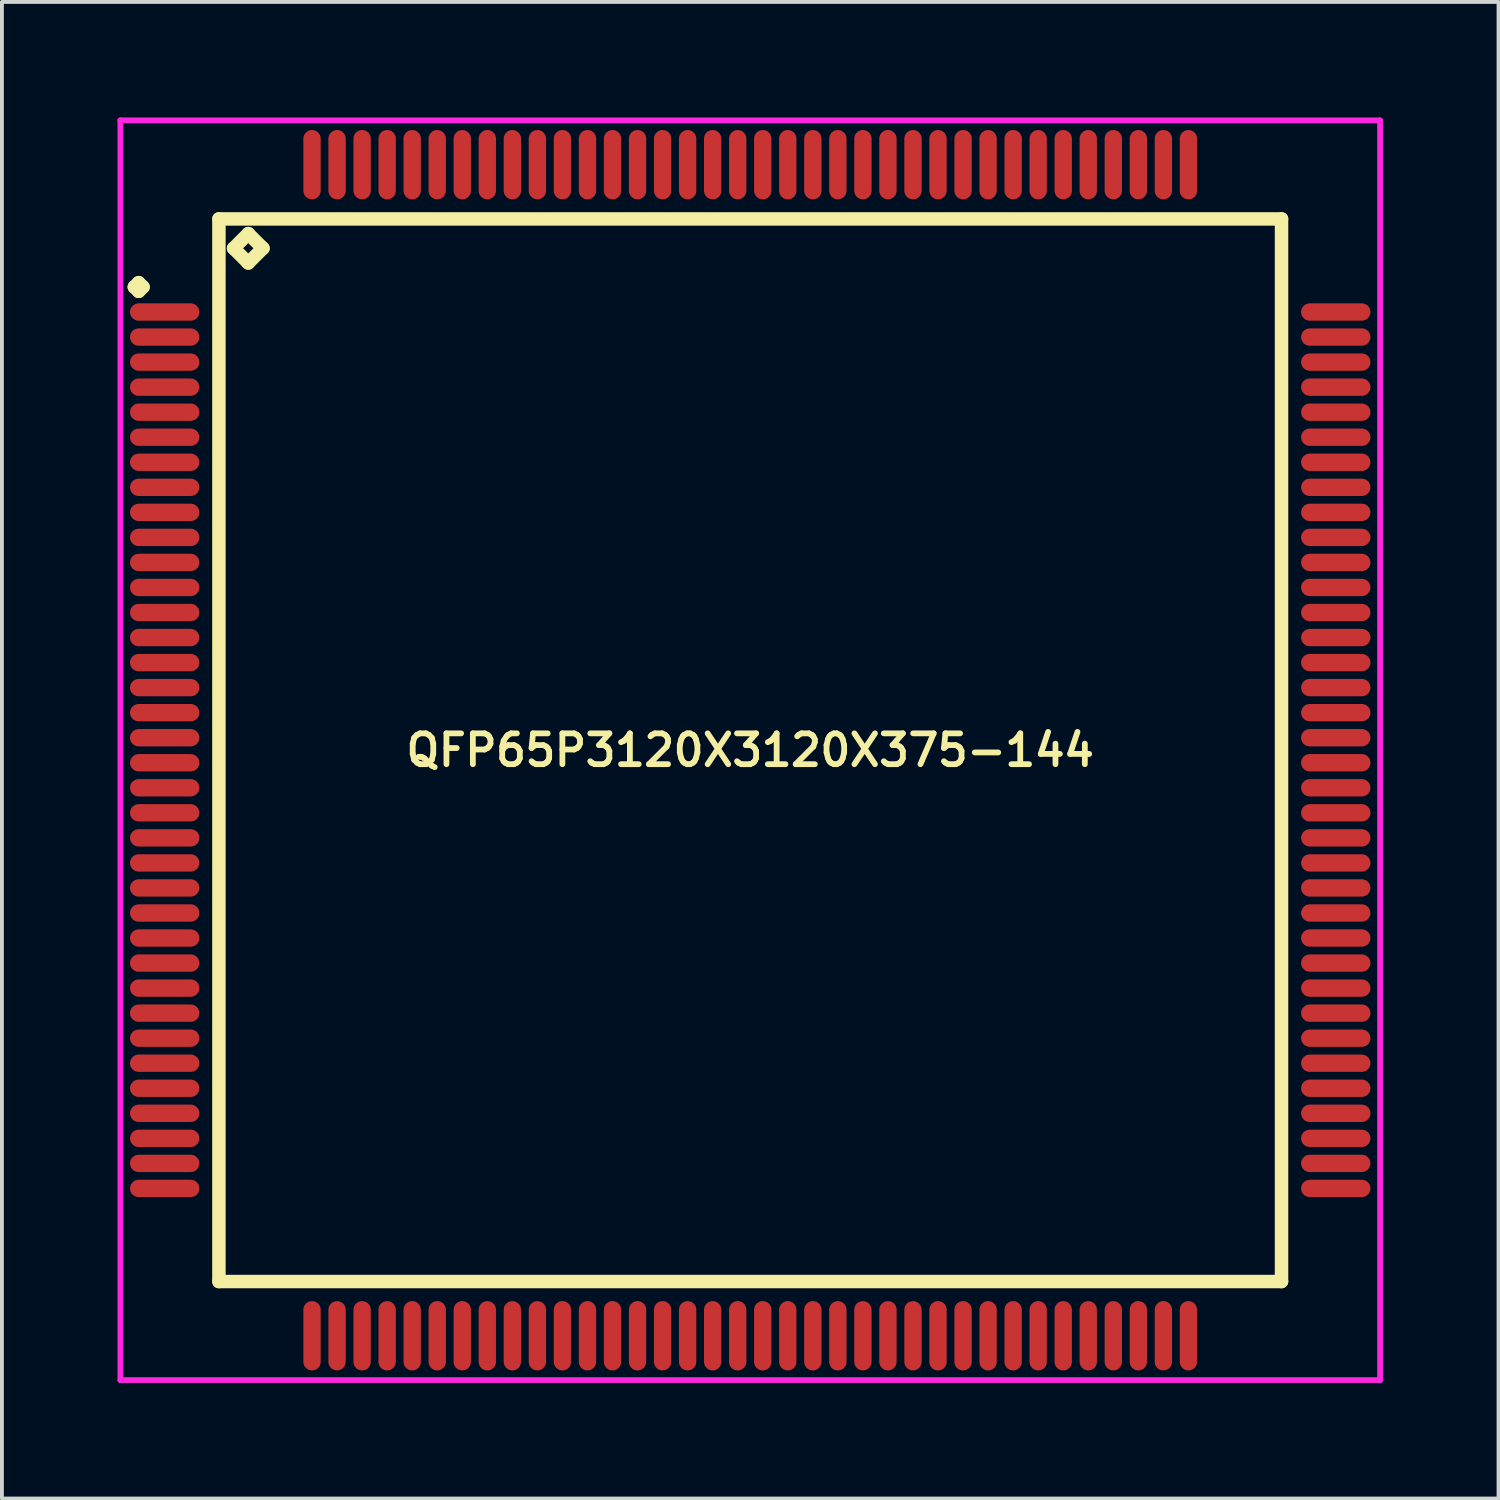
<source format=kicad_pcb>
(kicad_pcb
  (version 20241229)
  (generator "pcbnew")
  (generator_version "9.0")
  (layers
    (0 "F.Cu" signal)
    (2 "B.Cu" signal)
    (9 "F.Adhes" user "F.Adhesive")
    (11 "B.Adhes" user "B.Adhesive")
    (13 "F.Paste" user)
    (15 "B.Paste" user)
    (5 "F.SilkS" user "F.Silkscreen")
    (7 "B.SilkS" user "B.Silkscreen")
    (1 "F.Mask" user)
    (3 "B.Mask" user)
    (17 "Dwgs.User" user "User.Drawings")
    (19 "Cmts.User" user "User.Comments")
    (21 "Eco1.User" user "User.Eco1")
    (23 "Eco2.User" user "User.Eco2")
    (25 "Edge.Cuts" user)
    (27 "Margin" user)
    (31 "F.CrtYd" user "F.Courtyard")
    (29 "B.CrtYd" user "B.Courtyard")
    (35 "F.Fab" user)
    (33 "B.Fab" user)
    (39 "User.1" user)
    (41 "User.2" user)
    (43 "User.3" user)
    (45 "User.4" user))
  (footprint "QFP65P3120X3120X375-144"
    (layer "F.Cu")
    (at 16.425 16.425)
    (property "Reference" "QFP65P3120X3120X375-144" (at 0 0 0) (layer "F.SilkS") (effects (font (size 0.8 0.8) (thickness 0.15))))
    (attr smd)
    (fp_line (start -15.988 -12.025) (end -15.875 -12.137) (stroke (width 0.35) (type solid)) (layer "F.SilkS"))
    (fp_line (start -15.875 -12.137) (end -15.762 -12.025) (stroke (width 0.35) (type solid)) (layer "F.SilkS"))
    (fp_line (start -15.875 -11.912) (end -15.988 -12.025) (stroke (width 0.35) (type solid)) (layer "F.SilkS"))
    (fp_line (start -15.762 -12.025) (end -15.875 -11.912) (stroke (width 0.35) (type solid)) (layer "F.SilkS"))
    (fp_line (start -13.792 -13.792) (end -13.792 13.792) (stroke (width 0.35) (type solid)) (layer "F.SilkS"))
    (fp_line (start -13.792 13.792) (end 13.792 13.792) (stroke (width 0.35) (type solid)) (layer "F.SilkS"))
    (fp_line (start -13.411 -13.03) (end -13.03 -13.411) (stroke (width 0.35) (type solid)) (layer "F.SilkS"))
    (fp_line (start -13.03 -13.411) (end -12.649 -13.03) (stroke (width 0.35) (type solid)) (layer "F.SilkS"))
    (fp_line (start -13.03 -12.649) (end -13.411 -13.03) (stroke (width 0.35) (type solid)) (layer "F.SilkS"))
    (fp_line (start -12.649 -13.03) (end -13.03 -12.649) (stroke (width 0.35) (type solid)) (layer "F.SilkS"))
    (fp_line (start 13.792 -13.792) (end -13.792 -13.792) (stroke (width 0.35) (type solid)) (layer "F.SilkS"))
    (fp_line (start 13.792 13.792) (end 13.792 -13.792) (stroke (width 0.35) (type solid)) (layer "F.SilkS"))
    (fp_line (start -16.35 -16.35) (end 16.35 -16.35) (stroke (width 0.15) (type solid)) (layer "F.CrtYd"))
    (fp_line (start -16.35 16.35) (end -16.35 -16.35) (stroke (width 0.15) (type solid)) (layer "F.CrtYd"))
    (fp_line (start 16.35 -16.35) (end 16.35 16.35) (stroke (width 0.15) (type solid)) (layer "F.CrtYd"))
    (fp_line (start 16.35 16.35) (end -16.35 16.35) (stroke (width 0.15) (type solid)) (layer "F.CrtYd"))
    (pad "1" smd oval (at -15.2 -11.375) (size 1.8 0.45) (layers "F.Cu" "F.Mask" "F.Paste"))
    (pad "2" smd oval (at -15.2 -10.725) (size 1.8 0.45) (layers "F.Cu" "F.Mask" "F.Paste"))
    (pad "3" smd oval (at -15.2 -10.075) (size 1.8 0.45) (layers "F.Cu" "F.Mask" "F.Paste"))
    (pad "4" smd oval (at -15.2 -9.425) (size 1.8 0.45) (layers "F.Cu" "F.Mask" "F.Paste"))
    (pad "5" smd oval (at -15.2 -8.775) (size 1.8 0.45) (layers "F.Cu" "F.Mask" "F.Paste"))
    (pad "6" smd oval (at -15.2 -8.125) (size 1.8 0.45) (layers "F.Cu" "F.Mask" "F.Paste"))
    (pad "7" smd oval (at -15.2 -7.475) (size 1.8 0.45) (layers "F.Cu" "F.Mask" "F.Paste"))
    (pad "8" smd oval (at -15.2 -6.825) (size 1.8 0.45) (layers "F.Cu" "F.Mask" "F.Paste"))
    (pad "9" smd oval (at -15.2 -6.175) (size 1.8 0.45) (layers "F.Cu" "F.Mask" "F.Paste"))
    (pad "10" smd oval (at -15.2 -5.525) (size 1.8 0.45) (layers "F.Cu" "F.Mask" "F.Paste"))
    (pad "11" smd oval (at -15.2 -4.875) (size 1.8 0.45) (layers "F.Cu" "F.Mask" "F.Paste"))
    (pad "12" smd oval (at -15.2 -4.225) (size 1.8 0.45) (layers "F.Cu" "F.Mask" "F.Paste"))
    (pad "13" smd oval (at -15.2 -3.575) (size 1.8 0.45) (layers "F.Cu" "F.Mask" "F.Paste"))
    (pad "14" smd oval (at -15.2 -2.925) (size 1.8 0.45) (layers "F.Cu" "F.Mask" "F.Paste"))
    (pad "15" smd oval (at -15.2 -2.275) (size 1.8 0.45) (layers "F.Cu" "F.Mask" "F.Paste"))
    (pad "16" smd oval (at -15.2 -1.625) (size 1.8 0.45) (layers "F.Cu" "F.Mask" "F.Paste"))
    (pad "17" smd oval (at -15.2 -0.975) (size 1.8 0.45) (layers "F.Cu" "F.Mask" "F.Paste"))
    (pad "18" smd oval (at -15.2 -0.325) (size 1.8 0.45) (layers "F.Cu" "F.Mask" "F.Paste"))
    (pad "19" smd oval (at -15.2 0.325) (size 1.8 0.45) (layers "F.Cu" "F.Mask" "F.Paste"))
    (pad "20" smd oval (at -15.2 0.975) (size 1.8 0.45) (layers "F.Cu" "F.Mask" "F.Paste"))
    (pad "21" smd oval (at -15.2 1.625) (size 1.8 0.45) (layers "F.Cu" "F.Mask" "F.Paste"))
    (pad "22" smd oval (at -15.2 2.275) (size 1.8 0.45) (layers "F.Cu" "F.Mask" "F.Paste"))
    (pad "23" smd oval (at -15.2 2.925) (size 1.8 0.45) (layers "F.Cu" "F.Mask" "F.Paste"))
    (pad "24" smd oval (at -15.2 3.575) (size 1.8 0.45) (layers "F.Cu" "F.Mask" "F.Paste"))
    (pad "25" smd oval (at -15.2 4.225) (size 1.8 0.45) (layers "F.Cu" "F.Mask" "F.Paste"))
    (pad "26" smd oval (at -15.2 4.875) (size 1.8 0.45) (layers "F.Cu" "F.Mask" "F.Paste"))
    (pad "27" smd oval (at -15.2 5.525) (size 1.8 0.45) (layers "F.Cu" "F.Mask" "F.Paste"))
    (pad "28" smd oval (at -15.2 6.175) (size 1.8 0.45) (layers "F.Cu" "F.Mask" "F.Paste"))
    (pad "29" smd oval (at -15.2 6.825) (size 1.8 0.45) (layers "F.Cu" "F.Mask" "F.Paste"))
    (pad "30" smd oval (at -15.2 7.475) (size 1.8 0.45) (layers "F.Cu" "F.Mask" "F.Paste"))
    (pad "31" smd oval (at -15.2 8.125) (size 1.8 0.45) (layers "F.Cu" "F.Mask" "F.Paste"))
    (pad "32" smd oval (at -15.2 8.775) (size 1.8 0.45) (layers "F.Cu" "F.Mask" "F.Paste"))
    (pad "33" smd oval (at -15.2 9.425) (size 1.8 0.45) (layers "F.Cu" "F.Mask" "F.Paste"))
    (pad "34" smd oval (at -15.2 10.075) (size 1.8 0.45) (layers "F.Cu" "F.Mask" "F.Paste"))
    (pad "35" smd oval (at -15.2 10.725) (size 1.8 0.45) (layers "F.Cu" "F.Mask" "F.Paste"))
    (pad "36" smd oval (at -15.2 11.375) (size 1.8 0.45) (layers "F.Cu" "F.Mask" "F.Paste"))
    (pad "37" smd oval (at -11.375 15.2) (size 0.45 1.8) (layers "F.Cu" "F.Mask" "F.Paste"))
    (pad "38" smd oval (at -10.725 15.2) (size 0.45 1.8) (layers "F.Cu" "F.Mask" "F.Paste"))
    (pad "39" smd oval (at -10.075 15.2) (size 0.45 1.8) (layers "F.Cu" "F.Mask" "F.Paste"))
    (pad "40" smd oval (at -9.425 15.2) (size 0.45 1.8) (layers "F.Cu" "F.Mask" "F.Paste"))
    (pad "41" smd oval (at -8.775 15.2) (size 0.45 1.8) (layers "F.Cu" "F.Mask" "F.Paste"))
    (pad "42" smd oval (at -8.125 15.2) (size 0.45 1.8) (layers "F.Cu" "F.Mask" "F.Paste"))
    (pad "43" smd oval (at -7.475 15.2) (size 0.45 1.8) (layers "F.Cu" "F.Mask" "F.Paste"))
    (pad "44" smd oval (at -6.825 15.2) (size 0.45 1.8) (layers "F.Cu" "F.Mask" "F.Paste"))
    (pad "45" smd oval (at -6.175 15.2) (size 0.45 1.8) (layers "F.Cu" "F.Mask" "F.Paste"))
    (pad "46" smd oval (at -5.525 15.2) (size 0.45 1.8) (layers "F.Cu" "F.Mask" "F.Paste"))
    (pad "47" smd oval (at -4.875 15.2) (size 0.45 1.8) (layers "F.Cu" "F.Mask" "F.Paste"))
    (pad "48" smd oval (at -4.225 15.2) (size 0.45 1.8) (layers "F.Cu" "F.Mask" "F.Paste"))
    (pad "49" smd oval (at -3.575 15.2) (size 0.45 1.8) (layers "F.Cu" "F.Mask" "F.Paste"))
    (pad "50" smd oval (at -2.925 15.2) (size 0.45 1.8) (layers "F.Cu" "F.Mask" "F.Paste"))
    (pad "51" smd oval (at -2.275 15.2) (size 0.45 1.8) (layers "F.Cu" "F.Mask" "F.Paste"))
    (pad "52" smd oval (at -1.625 15.2) (size 0.45 1.8) (layers "F.Cu" "F.Mask" "F.Paste"))
    (pad "53" smd oval (at -0.975 15.2) (size 0.45 1.8) (layers "F.Cu" "F.Mask" "F.Paste"))
    (pad "54" smd oval (at -0.325 15.2) (size 0.45 1.8) (layers "F.Cu" "F.Mask" "F.Paste"))
    (pad "55" smd oval (at 0.325 15.2) (size 0.45 1.8) (layers "F.Cu" "F.Mask" "F.Paste"))
    (pad "56" smd oval (at 0.975 15.2) (size 0.45 1.8) (layers "F.Cu" "F.Mask" "F.Paste"))
    (pad "57" smd oval (at 1.625 15.2) (size 0.45 1.8) (layers "F.Cu" "F.Mask" "F.Paste"))
    (pad "58" smd oval (at 2.275 15.2) (size 0.45 1.8) (layers "F.Cu" "F.Mask" "F.Paste"))
    (pad "59" smd oval (at 2.925 15.2) (size 0.45 1.8) (layers "F.Cu" "F.Mask" "F.Paste"))
    (pad "60" smd oval (at 3.575 15.2) (size 0.45 1.8) (layers "F.Cu" "F.Mask" "F.Paste"))
    (pad "61" smd oval (at 4.225 15.2) (size 0.45 1.8) (layers "F.Cu" "F.Mask" "F.Paste"))
    (pad "62" smd oval (at 4.875 15.2) (size 0.45 1.8) (layers "F.Cu" "F.Mask" "F.Paste"))
    (pad "63" smd oval (at 5.525 15.2) (size 0.45 1.8) (layers "F.Cu" "F.Mask" "F.Paste"))
    (pad "64" smd oval (at 6.175 15.2) (size 0.45 1.8) (layers "F.Cu" "F.Mask" "F.Paste"))
    (pad "65" smd oval (at 6.825 15.2) (size 0.45 1.8) (layers "F.Cu" "F.Mask" "F.Paste"))
    (pad "66" smd oval (at 7.475 15.2) (size 0.45 1.8) (layers "F.Cu" "F.Mask" "F.Paste"))
    (pad "67" smd oval (at 8.125 15.2) (size 0.45 1.8) (layers "F.Cu" "F.Mask" "F.Paste"))
    (pad "68" smd oval (at 8.775 15.2) (size 0.45 1.8) (layers "F.Cu" "F.Mask" "F.Paste"))
    (pad "69" smd oval (at 9.425 15.2) (size 0.45 1.8) (layers "F.Cu" "F.Mask" "F.Paste"))
    (pad "70" smd oval (at 10.075 15.2) (size 0.45 1.8) (layers "F.Cu" "F.Mask" "F.Paste"))
    (pad "71" smd oval (at 10.725 15.2) (size 0.45 1.8) (layers "F.Cu" "F.Mask" "F.Paste"))
    (pad "72" smd oval (at 11.375 15.2) (size 0.45 1.8) (layers "F.Cu" "F.Mask" "F.Paste"))
    (pad "73" smd oval (at 15.2 11.375) (size 1.8 0.45) (layers "F.Cu" "F.Mask" "F.Paste"))
    (pad "74" smd oval (at 15.2 10.725) (size 1.8 0.45) (layers "F.Cu" "F.Mask" "F.Paste"))
    (pad "75" smd oval (at 15.2 10.075) (size 1.8 0.45) (layers "F.Cu" "F.Mask" "F.Paste"))
    (pad "76" smd oval (at 15.2 9.425) (size 1.8 0.45) (layers "F.Cu" "F.Mask" "F.Paste"))
    (pad "77" smd oval (at 15.2 8.775) (size 1.8 0.45) (layers "F.Cu" "F.Mask" "F.Paste"))
    (pad "78" smd oval (at 15.2 8.125) (size 1.8 0.45) (layers "F.Cu" "F.Mask" "F.Paste"))
    (pad "79" smd oval (at 15.2 7.475) (size 1.8 0.45) (layers "F.Cu" "F.Mask" "F.Paste"))
    (pad "80" smd oval (at 15.2 6.825) (size 1.8 0.45) (layers "F.Cu" "F.Mask" "F.Paste"))
    (pad "81" smd oval (at 15.2 6.175) (size 1.8 0.45) (layers "F.Cu" "F.Mask" "F.Paste"))
    (pad "82" smd oval (at 15.2 5.525) (size 1.8 0.45) (layers "F.Cu" "F.Mask" "F.Paste"))
    (pad "83" smd oval (at 15.2 4.875) (size 1.8 0.45) (layers "F.Cu" "F.Mask" "F.Paste"))
    (pad "84" smd oval (at 15.2 4.225) (size 1.8 0.45) (layers "F.Cu" "F.Mask" "F.Paste"))
    (pad "85" smd oval (at 15.2 3.575) (size 1.8 0.45) (layers "F.Cu" "F.Mask" "F.Paste"))
    (pad "86" smd oval (at 15.2 2.925) (size 1.8 0.45) (layers "F.Cu" "F.Mask" "F.Paste"))
    (pad "87" smd oval (at 15.2 2.275) (size 1.8 0.45) (layers "F.Cu" "F.Mask" "F.Paste"))
    (pad "88" smd oval (at 15.2 1.625) (size 1.8 0.45) (layers "F.Cu" "F.Mask" "F.Paste"))
    (pad "89" smd oval (at 15.2 0.975) (size 1.8 0.45) (layers "F.Cu" "F.Mask" "F.Paste"))
    (pad "90" smd oval (at 15.2 0.325) (size 1.8 0.45) (layers "F.Cu" "F.Mask" "F.Paste"))
    (pad "91" smd oval (at 15.2 -0.325) (size 1.8 0.45) (layers "F.Cu" "F.Mask" "F.Paste"))
    (pad "92" smd oval (at 15.2 -0.975) (size 1.8 0.45) (layers "F.Cu" "F.Mask" "F.Paste"))
    (pad "93" smd oval (at 15.2 -1.625) (size 1.8 0.45) (layers "F.Cu" "F.Mask" "F.Paste"))
    (pad "94" smd oval (at 15.2 -2.275) (size 1.8 0.45) (layers "F.Cu" "F.Mask" "F.Paste"))
    (pad "95" smd oval (at 15.2 -2.925) (size 1.8 0.45) (layers "F.Cu" "F.Mask" "F.Paste"))
    (pad "96" smd oval (at 15.2 -3.575) (size 1.8 0.45) (layers "F.Cu" "F.Mask" "F.Paste"))
    (pad "97" smd oval (at 15.2 -4.225) (size 1.8 0.45) (layers "F.Cu" "F.Mask" "F.Paste"))
    (pad "98" smd oval (at 15.2 -4.875) (size 1.8 0.45) (layers "F.Cu" "F.Mask" "F.Paste"))
    (pad "99" smd oval (at 15.2 -5.525) (size 1.8 0.45) (layers "F.Cu" "F.Mask" "F.Paste"))
    (pad "100" smd oval (at 15.2 -6.175) (size 1.8 0.45) (layers "F.Cu" "F.Mask" "F.Paste"))
    (pad "101" smd oval (at 15.2 -6.825) (size 1.8 0.45) (layers "F.Cu" "F.Mask" "F.Paste"))
    (pad "102" smd oval (at 15.2 -7.475) (size 1.8 0.45) (layers "F.Cu" "F.Mask" "F.Paste"))
    (pad "103" smd oval (at 15.2 -8.125) (size 1.8 0.45) (layers "F.Cu" "F.Mask" "F.Paste"))
    (pad "104" smd oval (at 15.2 -8.775) (size 1.8 0.45) (layers "F.Cu" "F.Mask" "F.Paste"))
    (pad "105" smd oval (at 15.2 -9.425) (size 1.8 0.45) (layers "F.Cu" "F.Mask" "F.Paste"))
    (pad "106" smd oval (at 15.2 -10.075) (size 1.8 0.45) (layers "F.Cu" "F.Mask" "F.Paste"))
    (pad "107" smd oval (at 15.2 -10.725) (size 1.8 0.45) (layers "F.Cu" "F.Mask" "F.Paste"))
    (pad "108" smd oval (at 15.2 -11.375) (size 1.8 0.45) (layers "F.Cu" "F.Mask" "F.Paste"))
    (pad "109" smd oval (at 11.375 -15.2) (size 0.45 1.8) (layers "F.Cu" "F.Mask" "F.Paste"))
    (pad "110" smd oval (at 10.725 -15.2) (size 0.45 1.8) (layers "F.Cu" "F.Mask" "F.Paste"))
    (pad "111" smd oval (at 10.075 -15.2) (size 0.45 1.8) (layers "F.Cu" "F.Mask" "F.Paste"))
    (pad "112" smd oval (at 9.425 -15.2) (size 0.45 1.8) (layers "F.Cu" "F.Mask" "F.Paste"))
    (pad "113" smd oval (at 8.775 -15.2) (size 0.45 1.8) (layers "F.Cu" "F.Mask" "F.Paste"))
    (pad "114" smd oval (at 8.125 -15.2) (size 0.45 1.8) (layers "F.Cu" "F.Mask" "F.Paste"))
    (pad "115" smd oval (at 7.475 -15.2) (size 0.45 1.8) (layers "F.Cu" "F.Mask" "F.Paste"))
    (pad "116" smd oval (at 6.825 -15.2) (size 0.45 1.8) (layers "F.Cu" "F.Mask" "F.Paste"))
    (pad "117" smd oval (at 6.175 -15.2) (size 0.45 1.8) (layers "F.Cu" "F.Mask" "F.Paste"))
    (pad "118" smd oval (at 5.525 -15.2) (size 0.45 1.8) (layers "F.Cu" "F.Mask" "F.Paste"))
    (pad "119" smd oval (at 4.875 -15.2) (size 0.45 1.8) (layers "F.Cu" "F.Mask" "F.Paste"))
    (pad "120" smd oval (at 4.225 -15.2) (size 0.45 1.8) (layers "F.Cu" "F.Mask" "F.Paste"))
    (pad "121" smd oval (at 3.575 -15.2) (size 0.45 1.8) (layers "F.Cu" "F.Mask" "F.Paste"))
    (pad "122" smd oval (at 2.925 -15.2) (size 0.45 1.8) (layers "F.Cu" "F.Mask" "F.Paste"))
    (pad "123" smd oval (at 2.275 -15.2) (size 0.45 1.8) (layers "F.Cu" "F.Mask" "F.Paste"))
    (pad "124" smd oval (at 1.625 -15.2) (size 0.45 1.8) (layers "F.Cu" "F.Mask" "F.Paste"))
    (pad "125" smd oval (at 0.975 -15.2) (size 0.45 1.8) (layers "F.Cu" "F.Mask" "F.Paste"))
    (pad "126" smd oval (at 0.325 -15.2) (size 0.45 1.8) (layers "F.Cu" "F.Mask" "F.Paste"))
    (pad "127" smd oval (at -0.325 -15.2) (size 0.45 1.8) (layers "F.Cu" "F.Mask" "F.Paste"))
    (pad "128" smd oval (at -0.975 -15.2) (size 0.45 1.8) (layers "F.Cu" "F.Mask" "F.Paste"))
    (pad "129" smd oval (at -1.625 -15.2) (size 0.45 1.8) (layers "F.Cu" "F.Mask" "F.Paste"))
    (pad "130" smd oval (at -2.275 -15.2) (size 0.45 1.8) (layers "F.Cu" "F.Mask" "F.Paste"))
    (pad "131" smd oval (at -2.925 -15.2) (size 0.45 1.8) (layers "F.Cu" "F.Mask" "F.Paste"))
    (pad "132" smd oval (at -3.575 -15.2) (size 0.45 1.8) (layers "F.Cu" "F.Mask" "F.Paste"))
    (pad "133" smd oval (at -4.225 -15.2) (size 0.45 1.8) (layers "F.Cu" "F.Mask" "F.Paste"))
    (pad "134" smd oval (at -4.875 -15.2) (size 0.45 1.8) (layers "F.Cu" "F.Mask" "F.Paste"))
    (pad "135" smd oval (at -5.525 -15.2) (size 0.45 1.8) (layers "F.Cu" "F.Mask" "F.Paste"))
    (pad "136" smd oval (at -6.175 -15.2) (size 0.45 1.8) (layers "F.Cu" "F.Mask" "F.Paste"))
    (pad "137" smd oval (at -6.825 -15.2) (size 0.45 1.8) (layers "F.Cu" "F.Mask" "F.Paste"))
    (pad "138" smd oval (at -7.475 -15.2) (size 0.45 1.8) (layers "F.Cu" "F.Mask" "F.Paste"))
    (pad "139" smd oval (at -8.125 -15.2) (size 0.45 1.8) (layers "F.Cu" "F.Mask" "F.Paste"))
    (pad "140" smd oval (at -8.775 -15.2) (size 0.45 1.8) (layers "F.Cu" "F.Mask" "F.Paste"))
    (pad "141" smd oval (at -9.425 -15.2) (size 0.45 1.8) (layers "F.Cu" "F.Mask" "F.Paste"))
    (pad "142" smd oval (at -10.075 -15.2) (size 0.45 1.8) (layers "F.Cu" "F.Mask" "F.Paste"))
    (pad "143" smd oval (at -10.725 -15.2) (size 0.45 1.8) (layers "F.Cu" "F.Mask" "F.Paste"))
    (pad "144" smd oval (at -11.375 -15.2) (size 0.45 1.8) (layers "F.Cu" "F.Mask" "F.Paste")))
  (gr_rect
    (start -3 -3)
    (end 35.85 35.85)
    (stroke (width 0.1) (type default))
    (fill no)
    (layer "Edge.Cuts")))
</source>
